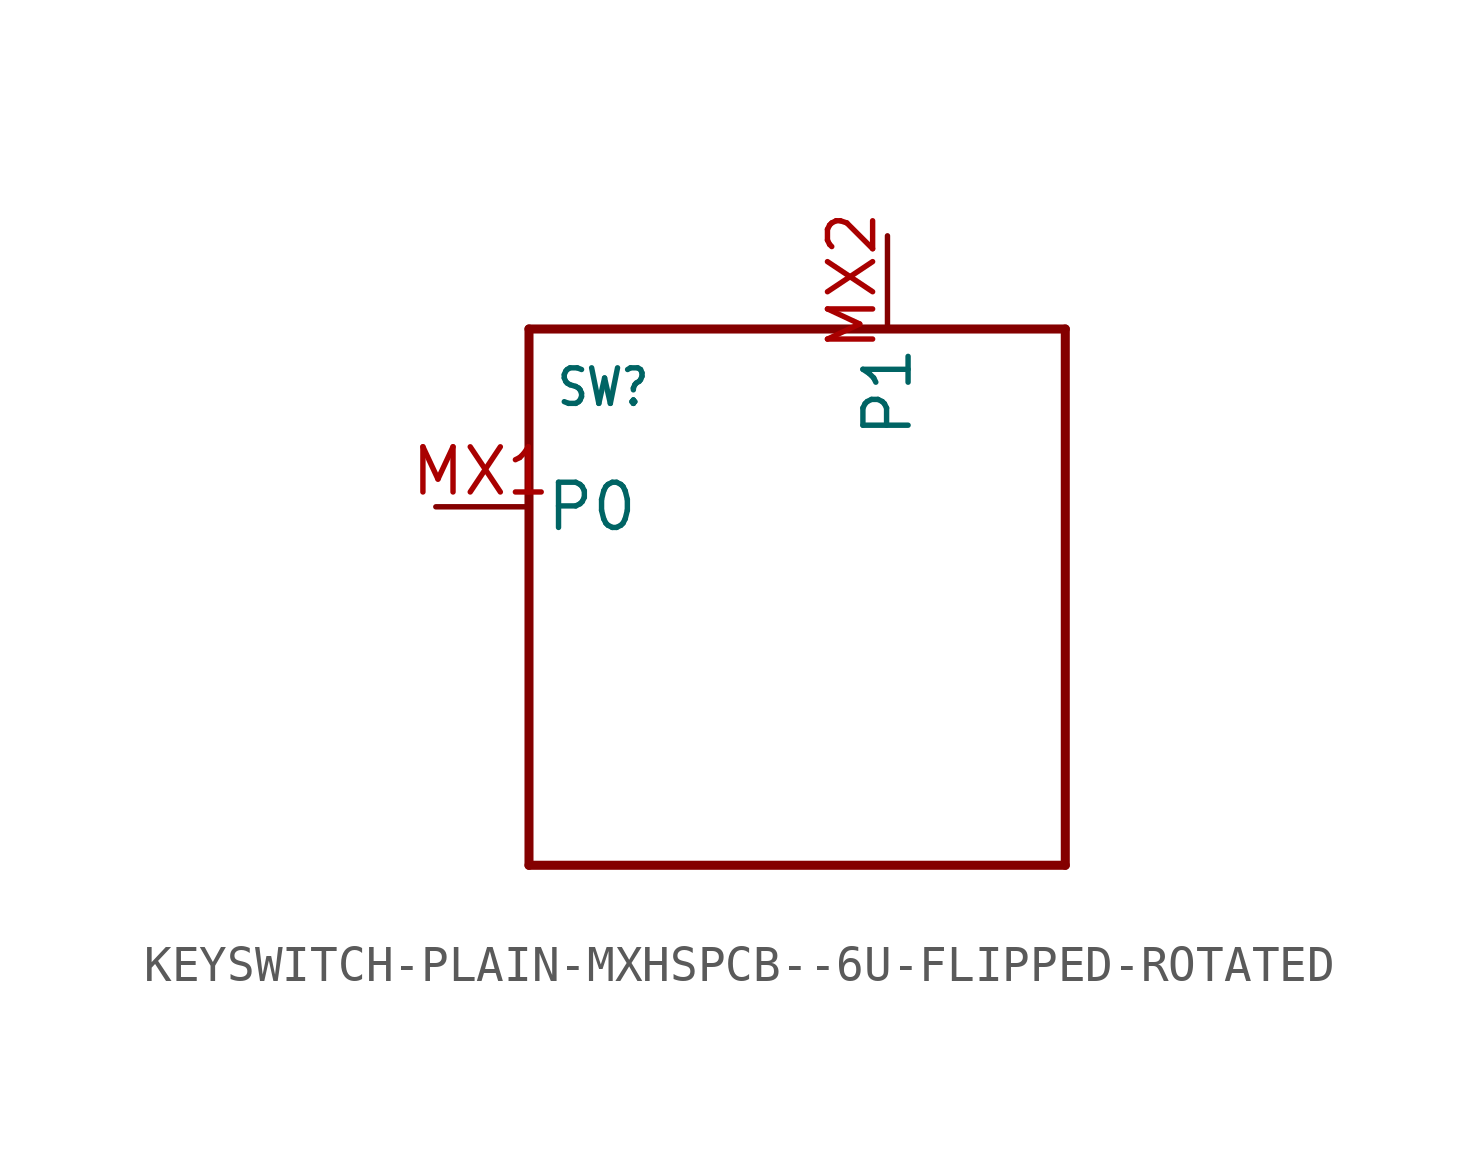
<source format=kicad_sym>
(kicad_symbol_lib
  (version 20211014)
  (generator kicad_symbol_editor)
  (symbol "KEYSWITCH-PLAIN-MXHSPCB--6U-FLIPPED-ROTATED"
    (property "Reference" "SW"
      (at -6.81 5.318 0)
      (effects (font (size 1 0.85)) (justify left bottom)))
    (property "ki_locked" ""
      (at 0 0 0)
      (effects (font (size 1.27 1.27))))
    (symbol "KEYSWITCH-PLAIN-MXHSPCB--6U-FLIPPED-ROTATED_1_0"
      (polyline (pts (xy -7.54 -7.54) (xy -7.54 7.54)) (stroke (width 0.254) (type default) (color 0 0 0 0)) (fill (type none)))
      (polyline (pts (xy -7.54 7.54) (xy 7.54 7.54)) (stroke (width 0.254) (type default) (color 0 0 0 0)) (fill (type none)))
      (polyline (pts (xy 7.54 -7.54) (xy -7.54 -7.54)) (stroke (width 0.254) (type default) (color 0 0 0 0)) (fill (type none)))
      (polyline (pts (xy 7.54 7.54) (xy 7.54 -7.54)) (stroke (width 0.254) (type default) (color 0 0 0 0)) (fill (type none)))
      (pin bidirectional line (at -10.16 2.54 0) (length 2.54) (name "P0" (effects (font (size 1.27 1.27)))) (number "MX1" (effects (font (size 1.27 1.27)))))
      (pin bidirectional line (at 2.54 10.16 270) (length 2.54) (name "P1" (effects (font (size 1.27 1.27)))) (number "MX2" (effects (font (size 1.27 1.27))))))))
</source>
